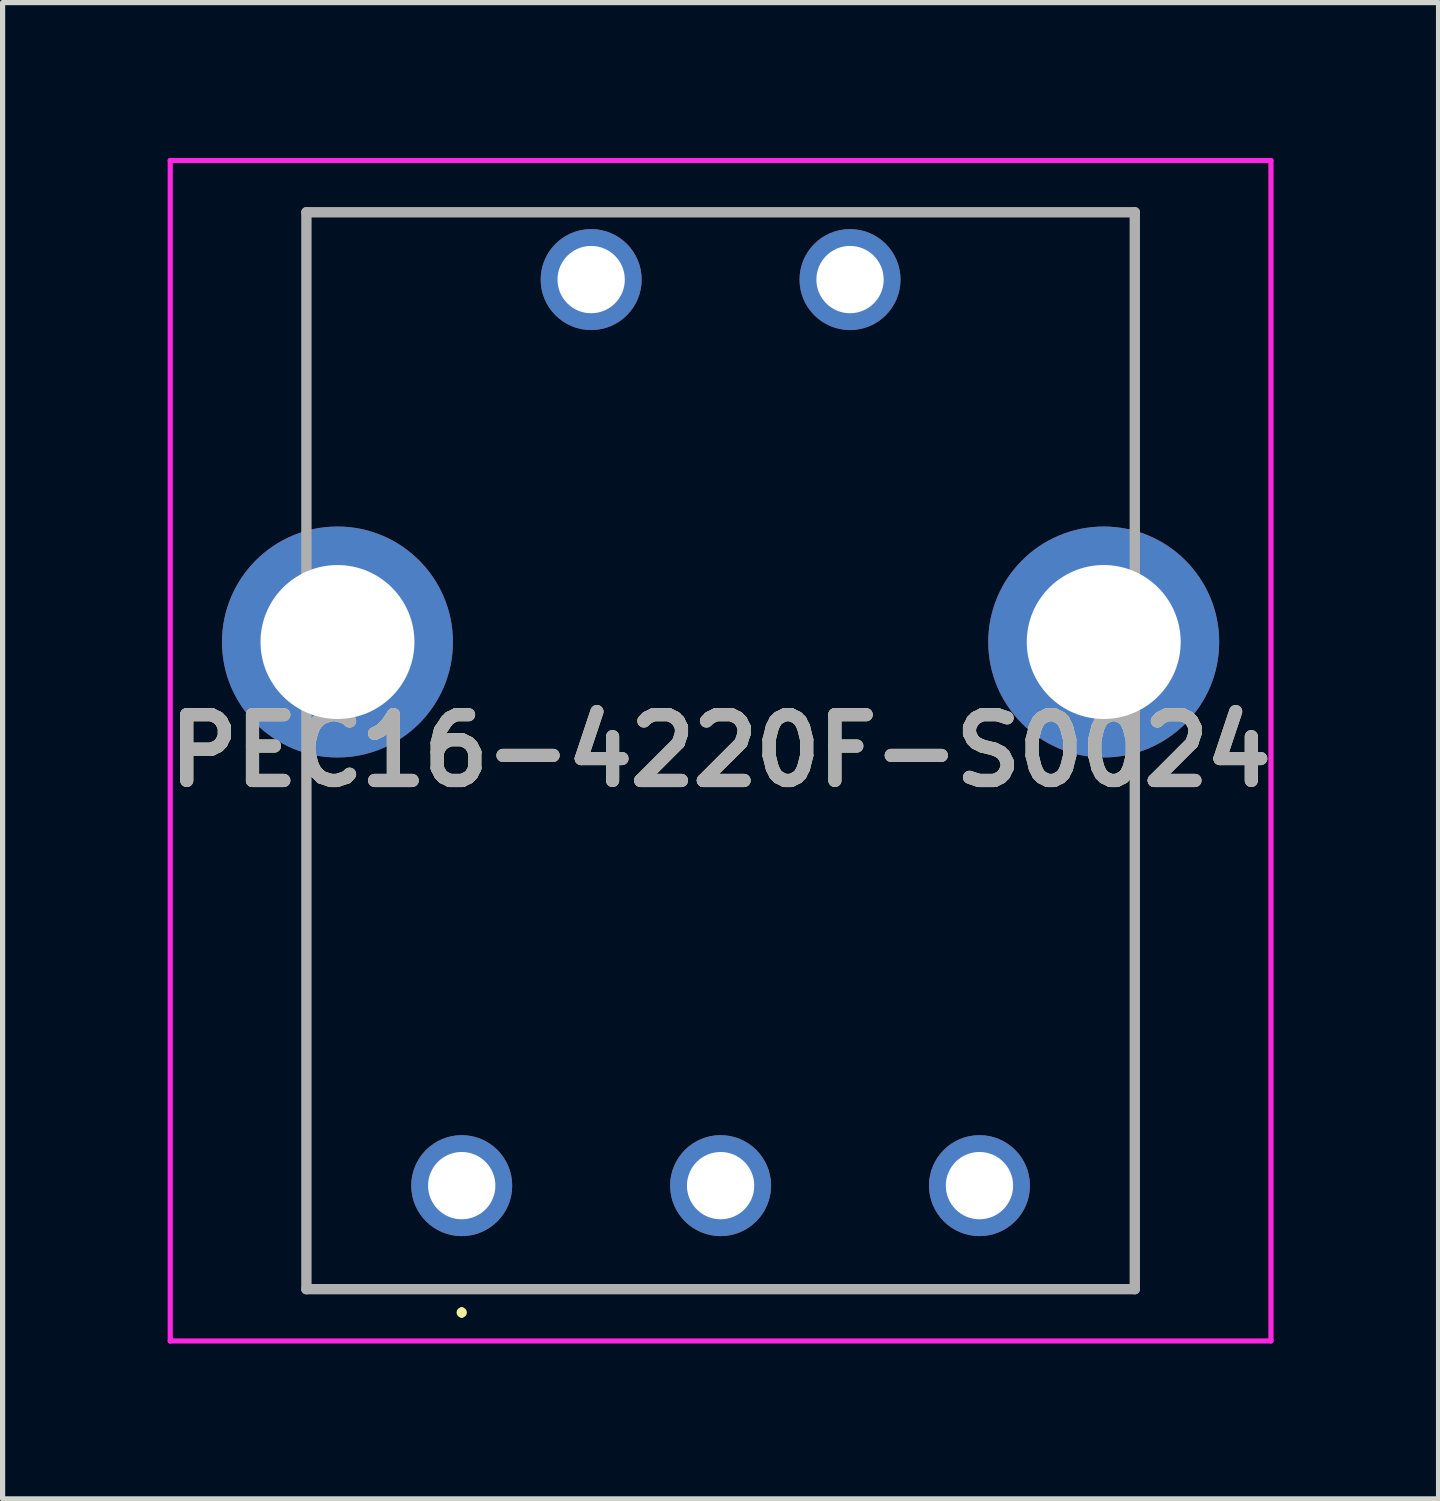
<source format=kicad_pcb>
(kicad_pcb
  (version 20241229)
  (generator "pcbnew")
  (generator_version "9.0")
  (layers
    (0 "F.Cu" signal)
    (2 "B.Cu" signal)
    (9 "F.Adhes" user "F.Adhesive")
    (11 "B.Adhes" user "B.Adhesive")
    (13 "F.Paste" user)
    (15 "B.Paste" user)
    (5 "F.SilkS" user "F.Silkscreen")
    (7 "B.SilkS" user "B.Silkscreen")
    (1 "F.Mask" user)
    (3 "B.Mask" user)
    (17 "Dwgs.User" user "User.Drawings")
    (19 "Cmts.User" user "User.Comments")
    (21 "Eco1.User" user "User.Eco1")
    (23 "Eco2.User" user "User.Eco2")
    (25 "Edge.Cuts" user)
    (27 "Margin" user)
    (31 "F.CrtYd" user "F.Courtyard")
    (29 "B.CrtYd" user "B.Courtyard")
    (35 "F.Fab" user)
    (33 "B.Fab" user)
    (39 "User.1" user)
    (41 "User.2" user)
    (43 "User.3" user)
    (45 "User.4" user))
  (footprint "PEC16-4220F-S0024"
    (layer "F.Cu")
    (at 5.868 19.85)
    (property "Reference" "PEC16-4220F-S0024" (at 5 -8.4 0) (layer "F.SilkS") (effects (font (size 1.27 1.27) (thickness 0.254))))
    (attr through_hole)
    (fp_line (start -3 -18.8) (end -3 -13.5) (stroke (width 0.1) (type solid)) (layer "F.SilkS"))
    (fp_line (start -3 -7.5) (end -3 2) (stroke (width 0.1) (type solid)) (layer "F.SilkS"))
    (fp_line (start -3 2) (end 13 2) (stroke (width 0.1) (type solid)) (layer "F.SilkS"))
    (fp_line (start 0 2.4) (end 0 2.4) (stroke (width 0.1) (type solid)) (layer "F.SilkS"))
    (fp_line (start 0 2.5) (end 0 2.5) (stroke (width 0.1) (type solid)) (layer "F.SilkS"))
    (fp_line (start 13 -18.8) (end -3 -18.8) (stroke (width 0.1) (type solid)) (layer "F.SilkS"))
    (fp_line (start 13 -13.5) (end 13 -18.8) (stroke (width 0.1) (type solid)) (layer "F.SilkS"))
    (fp_line (start 13 2) (end 13 -7.5) (stroke (width 0.1) (type solid)) (layer "F.SilkS"))
    (fp_arc (start 0 2.4) (mid 0.05 2.45) (end 0 2.5) (stroke (width 0.1) (type solid)) (layer "F.SilkS"))
    (fp_arc (start 0 2.5) (mid -0.05 2.45) (end 0 2.4) (stroke (width 0.1) (type solid)) (layer "F.SilkS"))
    (fp_line (start -5.63 -19.8) (end 15.63 -19.8) (stroke (width 0.1) (type solid)) (layer "F.CrtYd"))
    (fp_line (start -5.63 3) (end -5.63 -19.8) (stroke (width 0.1) (type solid)) (layer "F.CrtYd"))
    (fp_line (start 15.63 -19.8) (end 15.63 3) (stroke (width 0.1) (type solid)) (layer "F.CrtYd"))
    (fp_line (start 15.63 3) (end -5.63 3) (stroke (width 0.1) (type solid)) (layer "F.CrtYd"))
    (fp_line (start -3 -18.8) (end 13 -18.8) (stroke (width 0.2) (type solid)) (layer "F.Fab"))
    (fp_line (start -3 2) (end -3 -18.8) (stroke (width 0.2) (type solid)) (layer "F.Fab"))
    (fp_line (start 13 -18.8) (end 13 2) (stroke (width 0.2) (type solid)) (layer "F.Fab"))
    (fp_line (start 13 2) (end -3 2) (stroke (width 0.2) (type solid)) (layer "F.Fab"))
    (fp_text user "${REFERENCE}" (at 5 -8.4 0) (layer "F.Fab") (effects (font (size 1.27 1.27) (thickness 0.254))))
    (pad "A1" thru_hole circle (at 0 0) (size 1.95 1.95) (drill 1.3) (layers "*.Cu" "*.Mask"))
    (pad "B1" thru_hole circle (at 5 0) (size 1.95 1.95) (drill 1.3) (layers "*.Cu" "*.Mask"))
    (pad "C1" thru_hole circle (at 10 0) (size 1.95 1.95) (drill 1.3) (layers "*.Cu" "*.Mask"))
    (pad "D1" thru_hole circle (at 2.5 -17.5) (size 1.95 1.95) (drill 1.3) (layers "*.Cu" "*.Mask"))
    (pad "E1" thru_hole circle (at 7.5 -17.5) (size 1.95 1.95) (drill 1.3) (layers "*.Cu" "*.Mask"))
    (pad "MH1" thru_hole circle (at -2.4 -10.5) (size 4.46 4.46) (drill 2.973) (layers "*.Cu" "*.Mask"))
    (pad "MH2" thru_hole circle (at 12.4 -10.5) (size 4.46 4.46) (drill 2.973) (layers "*.Cu" "*.Mask")))
  (gr_rect
    (start -3 -3)
    (end 24.735 25.9)
    (stroke (width 0.1) (type default))
    (fill no)
    (layer "Edge.Cuts")))
</source>
